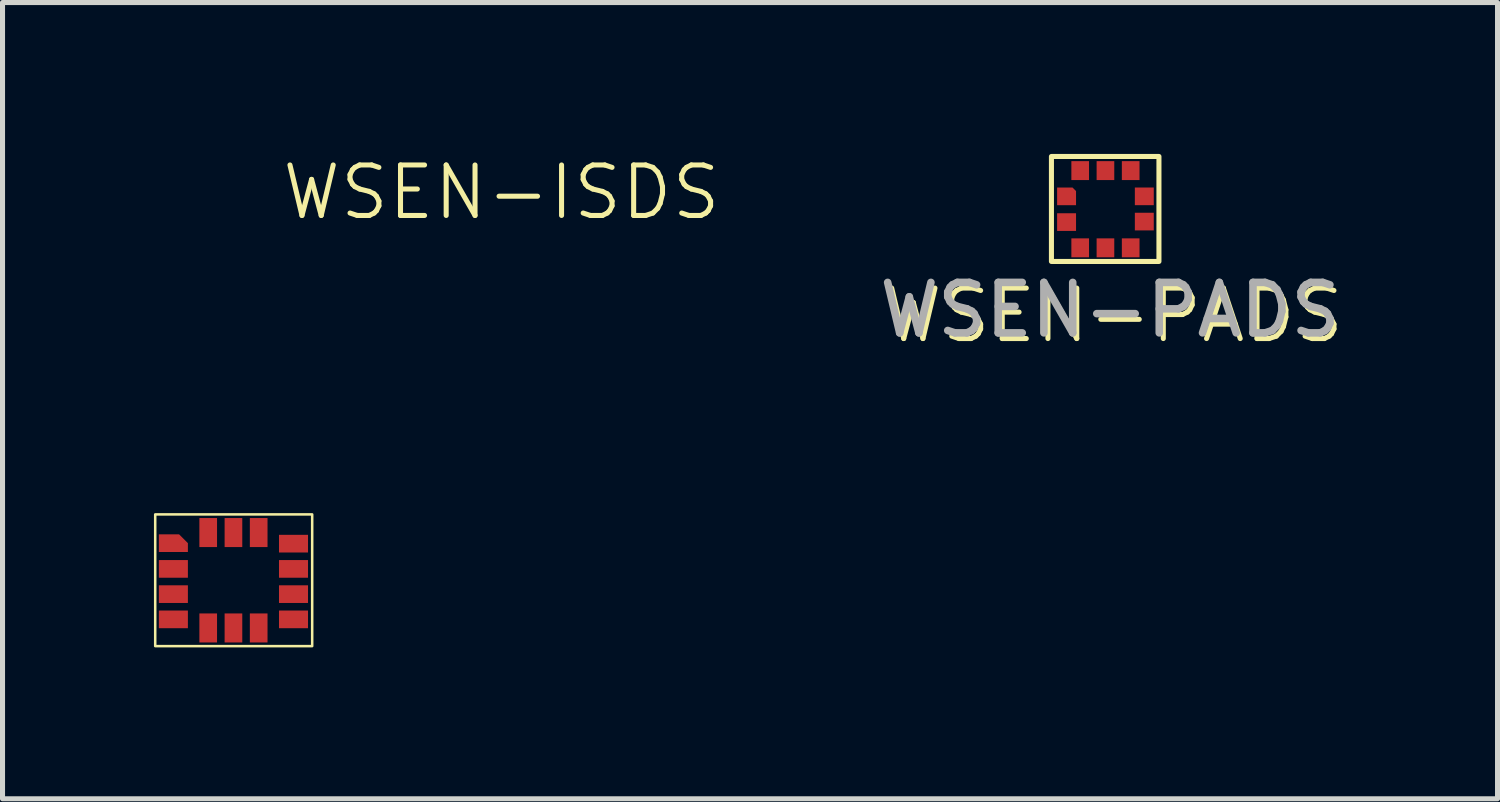
<source format=kicad_pcb>
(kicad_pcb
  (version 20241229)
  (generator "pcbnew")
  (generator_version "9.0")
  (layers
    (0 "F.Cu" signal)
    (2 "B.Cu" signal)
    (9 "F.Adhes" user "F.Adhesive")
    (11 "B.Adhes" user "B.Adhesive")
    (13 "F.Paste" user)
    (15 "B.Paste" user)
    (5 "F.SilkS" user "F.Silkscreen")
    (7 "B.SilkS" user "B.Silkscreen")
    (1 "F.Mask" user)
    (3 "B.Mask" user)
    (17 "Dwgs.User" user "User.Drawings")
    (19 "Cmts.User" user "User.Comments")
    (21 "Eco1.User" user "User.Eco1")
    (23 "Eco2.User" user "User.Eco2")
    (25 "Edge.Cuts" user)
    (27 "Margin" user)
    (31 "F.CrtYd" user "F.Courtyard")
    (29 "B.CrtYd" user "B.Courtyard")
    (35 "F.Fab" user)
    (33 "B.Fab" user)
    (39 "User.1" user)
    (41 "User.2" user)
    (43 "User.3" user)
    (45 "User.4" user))
  (footprint "WSEN-ISDS"
    (layer "F.Cu")
    (at 1.805 6.301)
    (property "Reference" "WSEN-ISDS" (at 5.08 -5.54 0) (unlocked yes) (layer "F.SilkS") (effects (font (size 1 1) (thickness 0.1))))
    (attr smd)
    (fp_rect (start -1.78 0.84) (end 1.33 3.45) (stroke (width 0.05) (type default)) (fill no) (layer "F.SilkS"))
    (pad "1" smd roundrect (at -1.42 1.41) (size 0.575 0.35) (layers "F.Cu" "F.Mask" "F.Paste") (roundrect_rratio 0) (chamfer_ratio 0.5) (chamfer top_right))
    (pad "2" smd rect (at -1.42 1.92) (size 0.575 0.35) (layers "F.Cu" "F.Mask" "F.Paste"))
    (pad "3" smd rect (at -1.42 2.42) (size 0.575 0.35) (layers "F.Cu" "F.Mask" "F.Paste"))
    (pad "4" smd rect (at -1.42 2.92) (size 0.575 0.35) (layers "F.Cu" "F.Mask" "F.Paste"))
    (pad "5" smd rect (at -0.73 3.09 90) (size 0.575 0.35) (layers "F.Cu" "F.Mask" "F.Paste"))
    (pad "6" smd rect (at -0.23 3.09 90) (size 0.575 0.35) (layers "F.Cu" "F.Mask" "F.Paste"))
    (pad "7" smd rect (at 0.27 3.09 90) (size 0.575 0.35) (layers "F.Cu" "F.Mask" "F.Paste"))
    (pad "8" smd rect (at 0.96 2.92) (size 0.575 0.35) (layers "F.Cu" "F.Mask" "F.Paste"))
    (pad "9" smd rect (at 0.96 2.42) (size 0.575 0.35) (layers "F.Cu" "F.Mask" "F.Paste"))
    (pad "10" smd rect (at 0.96 1.92) (size 0.575 0.35) (layers "F.Cu" "F.Mask" "F.Paste"))
    (pad "11" smd rect (at 0.96 1.42 180) (size 0.575 0.35) (layers "F.Cu" "F.Mask" "F.Paste"))
    (pad "12" smd rect (at 0.27 1.2 90) (size 0.575 0.35) (layers "F.Cu" "F.Mask" "F.Paste"))
    (pad "13" smd rect (at -0.23 1.2 90) (size 0.575 0.35) (layers "F.Cu" "F.Mask" "F.Paste"))
    (pad "14" smd rect (at -0.73 1.2 90) (size 0.575 0.35) (layers "F.Cu" "F.Mask" "F.Paste")))
  (footprint "WSEN-PADS"
    (layer "F.Cu")
    (at 18.951 1.81)
    (property "Reference" "WSEN-PADS" (at 0.07 1.39 0) (unlocked yes) (layer "F.SilkS") (effects (font (size 1 1) (thickness 0.1))))
    (attr smd)
    (fp_rect (start -1.17 -1.76) (end 0.96 0.32) (stroke (width 0.1) (type default)) (fill no) (layer "F.SilkS"))
    (fp_text user "${REFERENCE}" (at -0.01 1.28 0) (unlocked yes) (layer "F.Fab") (effects (font (size 1 1) (thickness 0.15))))
    (pad "1" smd roundrect (at -0.87 -0.97 180) (size 0.375 0.35) (layers "F.Cu" "F.Mask" "F.Paste") (roundrect_rratio 0) (chamfer_ratio 0.2) (chamfer bottom_left))
    (pad "2" smd roundrect (at -0.87 -0.46 180) (size 0.375 0.35) (layers "F.Cu" "F.Mask" "F.Paste") (roundrect_rratio 0) (chamfer_ratio 0.2) (chamfer))
    (pad "3" smd roundrect (at -0.6 0.05 90) (size 0.375 0.35) (layers "F.Cu" "F.Mask" "F.Paste") (roundrect_rratio 0) (chamfer_ratio 0.2) (chamfer))
    (pad "4" smd roundrect (at -0.1 0.05 90) (size 0.375 0.35) (layers "F.Cu" "F.Mask" "F.Paste") (roundrect_rratio 0) (chamfer_ratio 0.2) (chamfer))
    (pad "5" smd roundrect (at 0.4 0.05 90) (size 0.375 0.35) (layers "F.Cu" "F.Mask" "F.Paste") (roundrect_rratio 0) (chamfer_ratio 0.2) (chamfer))
    (pad "6" smd roundrect (at 0.67 -0.47 180) (size 0.375 0.35) (layers "F.Cu" "F.Mask" "F.Paste") (roundrect_rratio 0) (chamfer_ratio 0.2) (chamfer))
    (pad "7" smd roundrect (at 0.67 -0.97 180) (size 0.375 0.35) (layers "F.Cu" "F.Mask" "F.Paste") (roundrect_rratio 0) (chamfer_ratio 0.2) (chamfer))
    (pad "8" smd roundrect (at 0.4 -1.48 90) (size 0.375 0.35) (layers "F.Cu" "F.Mask" "F.Paste") (roundrect_rratio 0) (chamfer_ratio 0.2) (chamfer))
    (pad "9" smd roundrect (at -0.1 -1.48 90) (size 0.375 0.35) (layers "F.Cu" "F.Mask" "F.Paste") (roundrect_rratio 0) (chamfer_ratio 0.2) (chamfer))
    (pad "10" smd roundrect (at -0.6 -1.48 90) (size 0.375 0.35) (layers "F.Cu" "F.Mask" "F.Paste") (roundrect_rratio 0) (chamfer_ratio 0.2) (chamfer)))
  (gr_rect
    (start -3 -3)
    (end 26.619 12.775)
    (stroke (width 0.1) (type default))
    (fill no)
    (layer "Edge.Cuts")))
</source>
